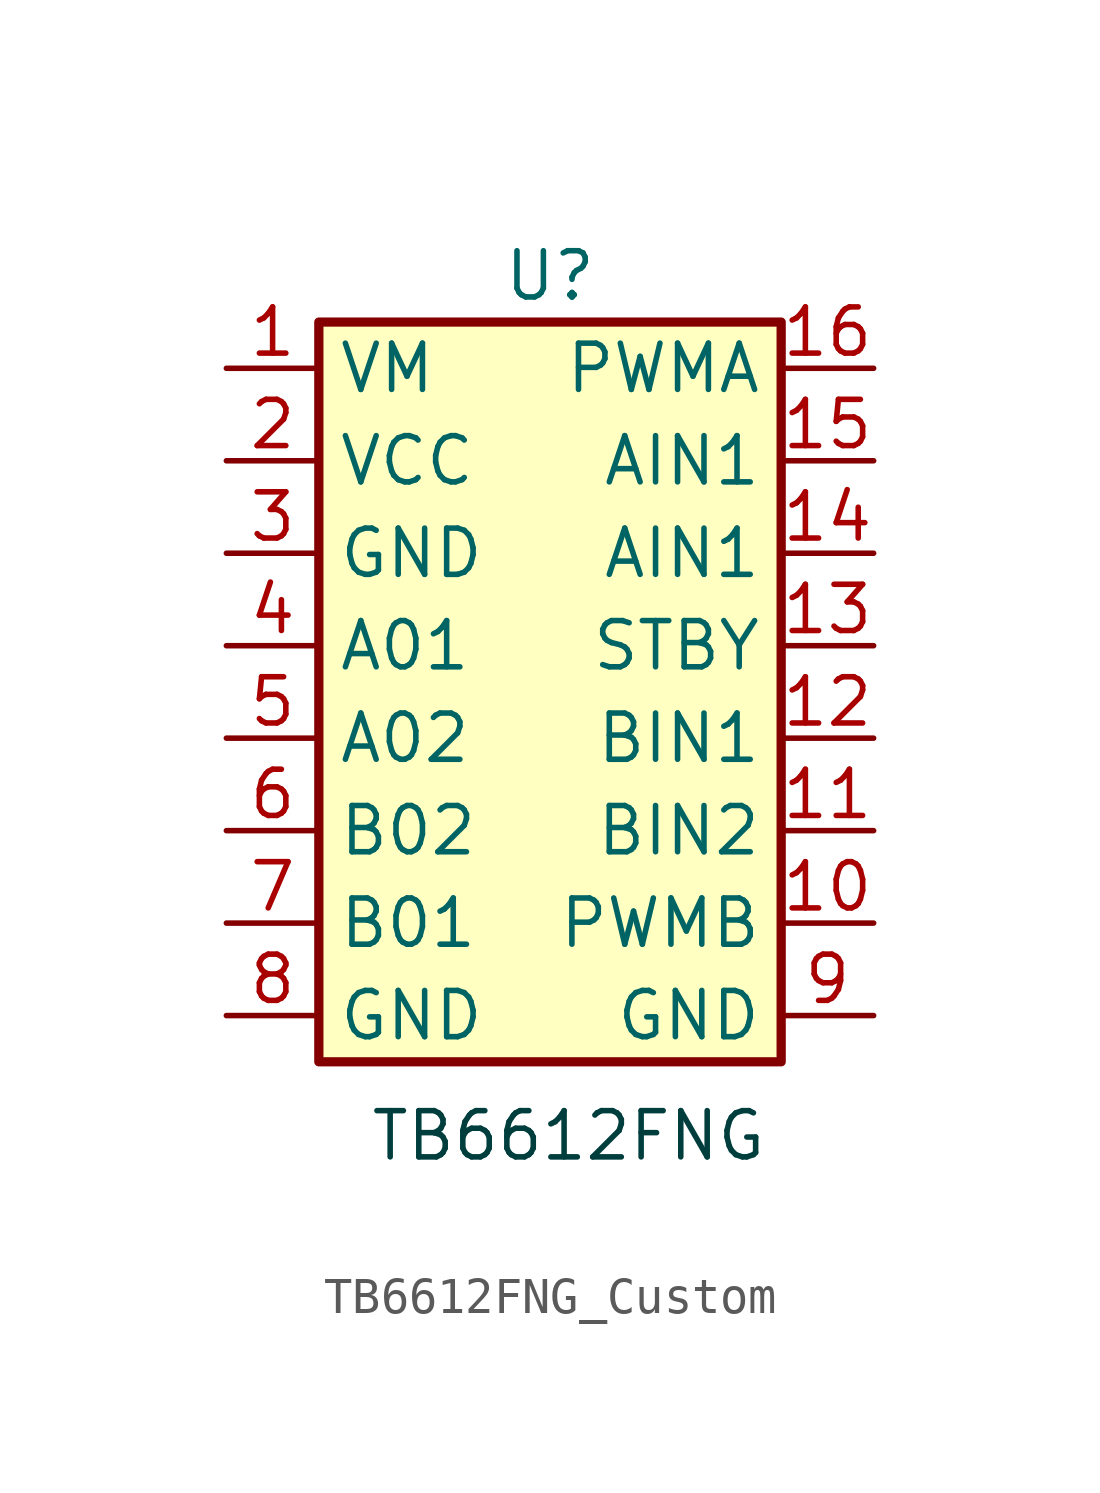
<source format=kicad_sym>
(kicad_symbol_lib
  (version 20241209)
  (generator "kicad_symbol_editor")
  (generator_version "9.0")
  (symbol "TB6612FNG_Custom"
    (property "Reference" "U"
      (at 0 0 0)
      (effects (font (size 1.27 1.27))))
    (property "Value" ""
      (at 0 0 0)
      (effects (font (size 1.27 1.27))))
    (symbol "TB6612FNG_Custom_0_1"
      (rectangle (start -6.35 -1.27) (end 6.35 -21.59) (stroke (width 0.254) (type default)) (fill (type background))))
    (symbol "TB6612FNG_Custom_1_1"
      (text "TB6612FNG" (at 0.508 -23.622 0) (effects (font (size 1.27 1.27) (color 0 62 62 1))))
      (pin input line (at -8.89 -2.54 0) (length 2.54) (name "VM" (effects (font (size 1.27 1.27)))) (number "1" (effects (font (size 1.27 1.27)))))
      (pin input line (at -8.89 -5.08 0) (length 2.54) (name "VCC" (effects (font (size 1.27 1.27)))) (number "2" (effects (font (size 1.27 1.27)))))
      (pin input line (at -8.89 -7.62 0) (length 2.54) (name "GND" (effects (font (size 1.27 1.27)))) (number "3" (effects (font (size 1.27 1.27)))))
      (pin output line (at -8.89 -10.16 0) (length 2.54) (name "A01" (effects (font (size 1.27 1.27)))) (number "4" (effects (font (size 1.27 1.27)))))
      (pin output line (at -8.89 -12.7 0) (length 2.54) (name "A02" (effects (font (size 1.27 1.27)))) (number "5" (effects (font (size 1.27 1.27)))))
      (pin output line (at -8.89 -15.24 0) (length 2.54) (name "B02" (effects (font (size 1.27 1.27)))) (number "6" (effects (font (size 1.27 1.27)))))
      (pin output line (at -8.89 -17.78 0) (length 2.54) (name "B01" (effects (font (size 1.27 1.27)))) (number "7" (effects (font (size 1.27 1.27)))))
      (pin input line (at -8.89 -20.32 0) (length 2.54) (name "GND" (effects (font (size 1.27 1.27)))) (number "8" (effects (font (size 1.27 1.27)))))
      (pin input line (at 8.89 -2.54 180) (length 2.54) (name "PWMA" (effects (font (size 1.27 1.27)))) (number "16" (effects (font (size 1.27 1.27)))))
      (pin input line (at 8.89 -5.08 180) (length 2.54) (name "AIN1" (effects (font (size 1.27 1.27)))) (number "15" (effects (font (size 1.27 1.27)))))
      (pin input line (at 8.89 -7.62 180) (length 2.54) (name "AIN1" (effects (font (size 1.27 1.27)))) (number "14" (effects (font (size 1.27 1.27)))))
      (pin input line (at 8.89 -10.16 180) (length 2.54) (name "STBY" (effects (font (size 1.27 1.27)))) (number "13" (effects (font (size 1.27 1.27)))))
      (pin input line (at 8.89 -12.7 180) (length 2.54) (name "BIN1" (effects (font (size 1.27 1.27)))) (number "12" (effects (font (size 1.27 1.27)))))
      (pin input line (at 8.89 -15.24 180) (length 2.54) (name "BIN2" (effects (font (size 1.27 1.27)))) (number "11" (effects (font (size 1.27 1.27)))))
      (pin input line (at 8.89 -17.78 180) (length 2.54) (name "PWMB" (effects (font (size 1.27 1.27)))) (number "10" (effects (font (size 1.27 1.27)))))
      (pin input line (at 8.89 -20.32 180) (length 2.54) (name "GND" (effects (font (size 1.27 1.27)))) (number "9" (effects (font (size 1.27 1.27))))))))
</source>
